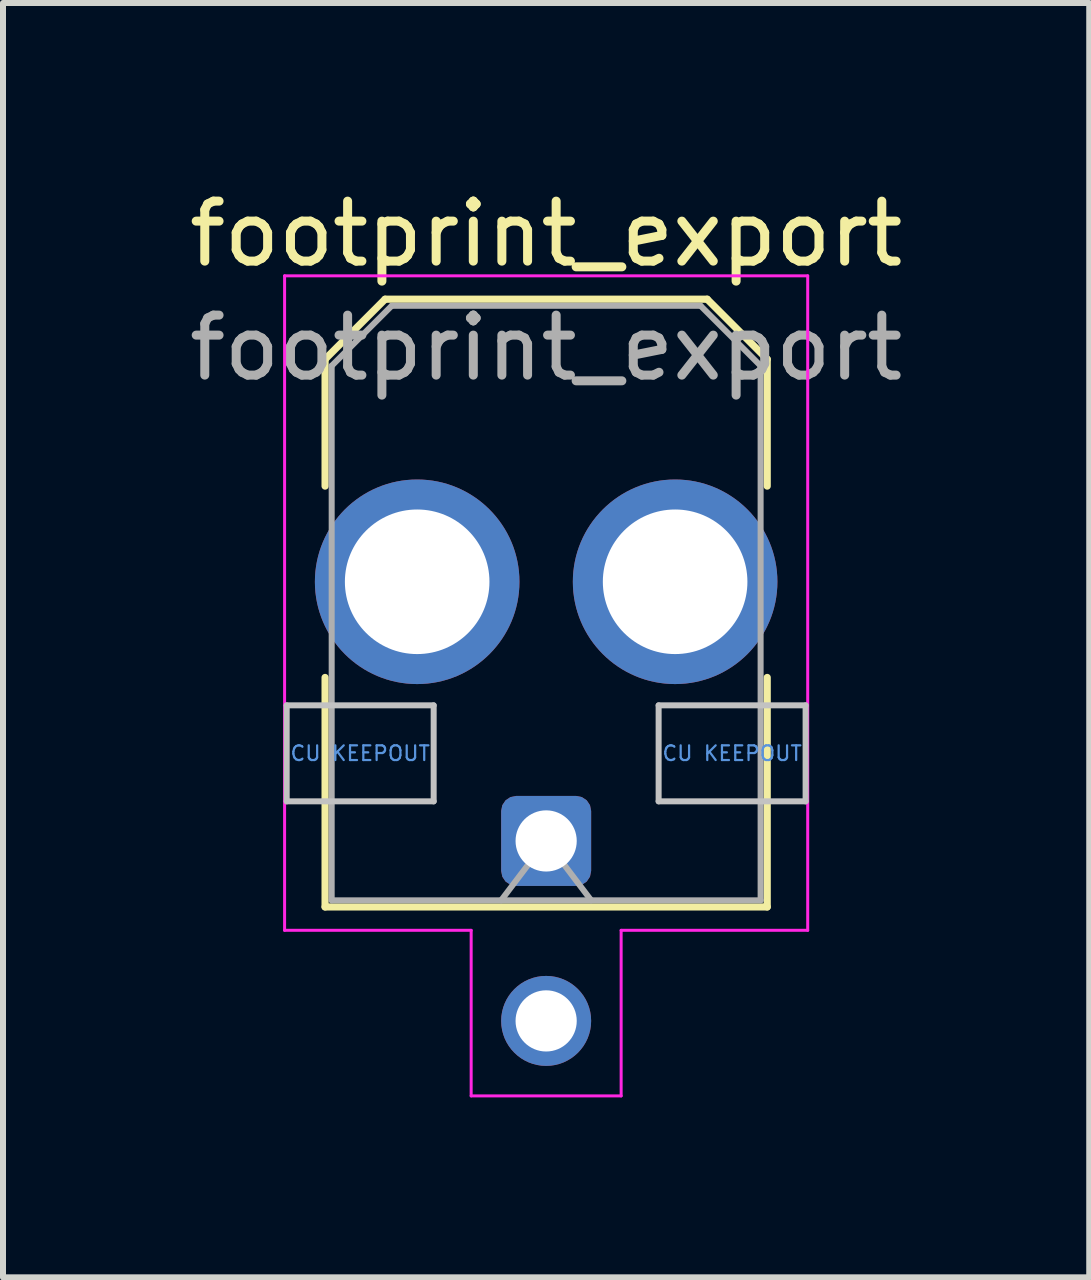
<source format=kicad_pcb>
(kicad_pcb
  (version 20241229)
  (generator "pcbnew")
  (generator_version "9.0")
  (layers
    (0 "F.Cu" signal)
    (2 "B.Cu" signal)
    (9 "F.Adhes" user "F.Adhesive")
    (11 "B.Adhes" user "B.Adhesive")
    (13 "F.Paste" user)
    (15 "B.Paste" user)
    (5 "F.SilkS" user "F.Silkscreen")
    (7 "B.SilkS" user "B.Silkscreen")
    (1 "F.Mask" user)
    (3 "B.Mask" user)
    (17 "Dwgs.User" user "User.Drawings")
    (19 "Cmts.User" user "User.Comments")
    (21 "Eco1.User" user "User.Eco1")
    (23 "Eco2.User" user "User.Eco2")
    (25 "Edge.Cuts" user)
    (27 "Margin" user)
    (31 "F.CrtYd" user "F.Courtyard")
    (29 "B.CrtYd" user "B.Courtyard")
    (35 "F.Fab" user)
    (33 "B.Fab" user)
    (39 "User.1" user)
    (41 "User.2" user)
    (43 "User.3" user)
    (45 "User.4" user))
  (footprint "footprint_export"
    (layer "F.Cu")
    (at 6.054 10.968)
    (property "Reference" "footprint_export" (at 0 -10.12 0) (layer "F.SilkS") (effects (font (size 1 1) (thickness 0.15))))
    (attr through_hole)
    (fp_line (start -3.685 -8.03) (end -2.685 -9.03) (stroke (width 0.12) (type solid)) (layer "F.SilkS"))
    (fp_line (start -3.685 -5.915) (end -3.685 -8.03) (stroke (width 0.12) (type solid)) (layer "F.SilkS"))
    (fp_line (start -3.685 -2.725) (end -3.685 1.1) (stroke (width 0.12) (type solid)) (layer "F.SilkS"))
    (fp_line (start -3.685 1.1) (end 3.685 1.1) (stroke (width 0.12) (type solid)) (layer "F.SilkS"))
    (fp_line (start -2.685 -9.03) (end 2.685 -9.03) (stroke (width 0.12) (type solid)) (layer "F.SilkS"))
    (fp_line (start 2.685 -9.03) (end 3.685 -8.03) (stroke (width 0.12) (type solid)) (layer "F.SilkS"))
    (fp_line (start 3.685 -8.03) (end 3.685 -5.915) (stroke (width 0.12) (type solid)) (layer "F.SilkS"))
    (fp_line (start 3.685 1.1) (end 3.685 -2.725) (stroke (width 0.12) (type solid)) (layer "F.SilkS"))
    (fp_line (start -4.325 -2.26) (end -4.325 -0.66) (stroke (width 0.1) (type solid)) (layer "Dwgs.User"))
    (fp_line (start -4.325 -0.66) (end -1.875 -0.66) (stroke (width 0.1) (type solid)) (layer "Dwgs.User"))
    (fp_line (start -1.875 -2.26) (end -4.325 -2.26) (stroke (width 0.1) (type solid)) (layer "Dwgs.User"))
    (fp_line (start -1.875 -0.66) (end -1.875 -2.26) (stroke (width 0.1) (type solid)) (layer "Dwgs.User"))
    (fp_line (start 1.875 -2.26) (end 1.875 -0.66) (stroke (width 0.1) (type solid)) (layer "Dwgs.User"))
    (fp_line (start 1.875 -0.66) (end 4.325 -0.66) (stroke (width 0.1) (type solid)) (layer "Dwgs.User"))
    (fp_line (start 4.325 -2.26) (end 1.875 -2.26) (stroke (width 0.1) (type solid)) (layer "Dwgs.User"))
    (fp_line (start 4.325 -0.66) (end 4.325 -2.26) (stroke (width 0.1) (type solid)) (layer "Dwgs.User"))
    (fp_line (start -4.36 -9.42) (end 4.36 -9.42) (stroke (width 0.05) (type solid)) (layer "F.CrtYd"))
    (fp_line (start -4.36 1.49) (end -4.36 -9.42) (stroke (width 0.05) (type solid)) (layer "F.CrtYd"))
    (fp_line (start -1.25 1.49) (end -4.36 1.49) (stroke (width 0.05) (type solid)) (layer "F.CrtYd"))
    (fp_line (start -1.25 4.25) (end -1.25 1.49) (stroke (width 0.05) (type solid)) (layer "F.CrtYd"))
    (fp_line (start 1.25 1.49) (end 1.25 4.25) (stroke (width 0.05) (type solid)) (layer "F.CrtYd"))
    (fp_line (start 1.25 4.25) (end -1.25 4.25) (stroke (width 0.05) (type solid)) (layer "F.CrtYd"))
    (fp_line (start 4.36 -9.42) (end 4.36 1.49) (stroke (width 0.05) (type solid)) (layer "F.CrtYd"))
    (fp_line (start 4.36 1.49) (end 1.25 1.49) (stroke (width 0.05) (type solid)) (layer "F.CrtYd"))
    (fp_line (start -3.575 -7.92) (end -2.575 -8.92) (stroke (width 0.1) (type solid)) (layer "F.Fab"))
    (fp_line (start -3.575 0.99) (end -3.575 -7.92) (stroke (width 0.1) (type solid)) (layer "F.Fab"))
    (fp_line (start -2.575 -8.92) (end 2.575 -8.92) (stroke (width 0.1) (type solid)) (layer "F.Fab"))
    (fp_line (start -0.75 0.99) (end 0 0) (stroke (width 0.1) (type solid)) (layer "F.Fab"))
    (fp_line (start 0 0) (end 0.75 0.99) (stroke (width 0.1) (type solid)) (layer "F.Fab"))
    (fp_line (start 2.575 -8.92) (end 3.575 -7.92) (stroke (width 0.1) (type solid)) (layer "F.Fab"))
    (fp_line (start 3.575 -7.92) (end 3.575 0.99) (stroke (width 0.1) (type solid)) (layer "F.Fab"))
    (fp_line (start 3.575 0.99) (end -3.575 0.99) (stroke (width 0.1) (type solid)) (layer "F.Fab"))
    (fp_text user "CU KEEPOUT" (at -3.1 -1.46 0) (layer "Cmts.User") (effects (font (size 0.245 0.245) (thickness 0.037))))
    (fp_text user "CU KEEPOUT" (at 3.1 -1.46 0) (layer "Cmts.User") (effects (font (size 0.245 0.245) (thickness 0.037))))
    (fp_text user "${REFERENCE}" (at 0 -8.22 0) (layer "F.Fab") (effects (font (size 1 1) (thickness 0.15))))
    (pad "1" thru_hole roundrect (at 0 0) (size 1.5 1.5) (drill 1.02) (layers "*.Cu" "*.Mask") (roundrect_rratio 0.167))
    (pad "2" thru_hole circle (at 0 3) (size 1.5 1.5) (drill 1.02) (layers "*.Cu" "*.Mask"))
    (pad "MP" thru_hole circle (at -2.15 -4.32) (size 3.41 3.41) (drill 2.41) (layers "*.Cu" "*.Mask"))
    (pad "MP" thru_hole circle (at 2.15 -4.32) (size 3.41 3.41) (drill 2.41) (layers "*.Cu" "*.Mask")))
  (gr_rect
    (start -3 -3)
    (end 15.107 18.243)
    (stroke (width 0.1) (type default))
    (fill no)
    (layer "Edge.Cuts")))
</source>
